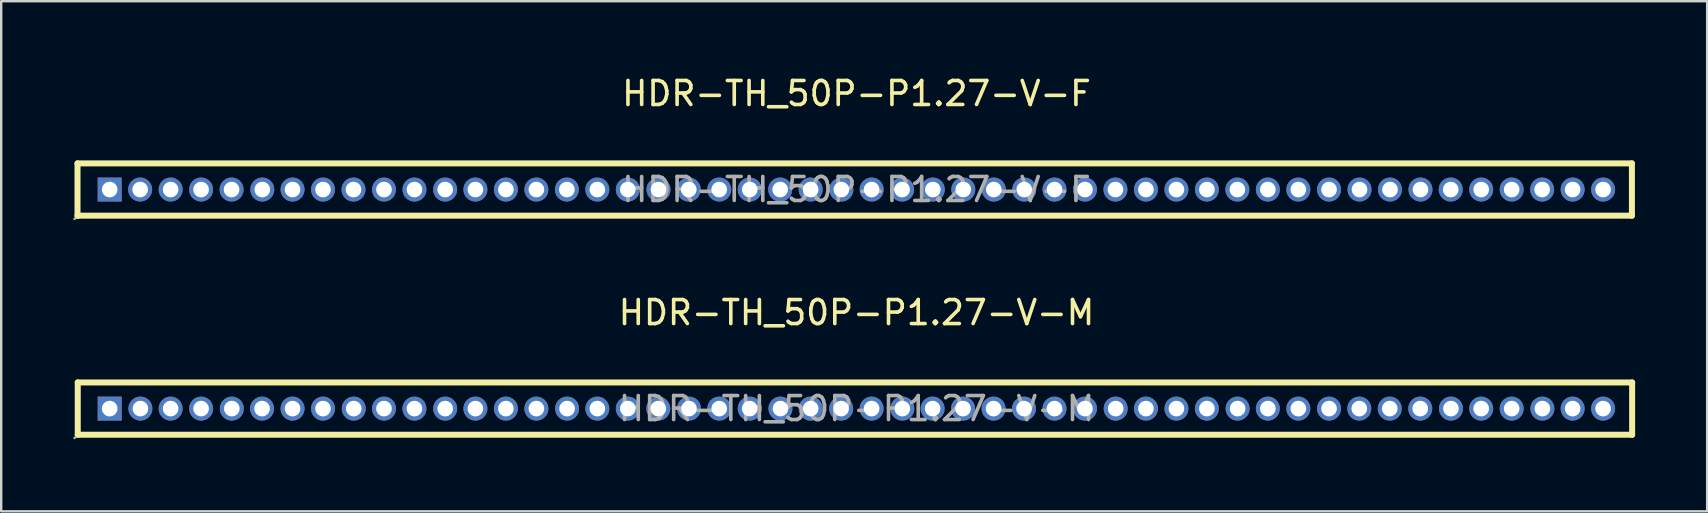
<source format=kicad_pcb>
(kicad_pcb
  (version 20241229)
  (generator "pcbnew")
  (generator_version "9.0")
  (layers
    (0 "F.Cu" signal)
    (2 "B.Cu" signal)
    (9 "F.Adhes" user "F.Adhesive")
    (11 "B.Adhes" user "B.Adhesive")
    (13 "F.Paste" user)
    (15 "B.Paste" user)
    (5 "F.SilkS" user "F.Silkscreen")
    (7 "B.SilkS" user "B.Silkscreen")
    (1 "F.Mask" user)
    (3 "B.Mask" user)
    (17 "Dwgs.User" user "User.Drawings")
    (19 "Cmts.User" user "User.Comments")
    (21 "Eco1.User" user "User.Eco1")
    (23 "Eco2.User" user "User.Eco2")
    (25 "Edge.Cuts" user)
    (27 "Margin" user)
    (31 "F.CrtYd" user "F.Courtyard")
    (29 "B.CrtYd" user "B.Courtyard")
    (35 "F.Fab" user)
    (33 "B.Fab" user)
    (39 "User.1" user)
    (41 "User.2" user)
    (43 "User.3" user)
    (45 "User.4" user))
  (footprint "HDR-TH_50P-P1.27-V-M"
    (layer "F.Cu")
    (at 32.64 13.976)
    (property "Reference" "HDR-TH_50P-P1.27-V-M" (at 0 -4 0) (layer "F.SilkS") (effects (font (size 1 1) (thickness 0.15))))
    (attr through_hole)
    (fp_line (start -32.45 -1.09) (end -32.45 1.09) (stroke (width 0.25) (type solid)) (layer "F.SilkS"))
    (fp_line (start -32.45 -1.09) (end 32.32 -1.09) (stroke (width 0.25) (type solid)) (layer "F.SilkS"))
    (fp_line (start -32.45 1.09) (end 32.32 1.09) (stroke (width 0.25) (type solid)) (layer "F.SilkS"))
    (fp_line (start 32.32 -1.09) (end 32.32 1.09) (stroke (width 0.25) (type solid)) (layer "F.SilkS"))
    (fp_circle (center -32.58 1.22) (end -32.55 1.22) (stroke (width 0.06) (type solid)) (fill no) (layer "F.Fab"))
    (fp_circle (center -31.12 0) (end -31.01 0) (stroke (width 0.22) (type solid)) (fill no) (layer "F.Fab"))
    (fp_circle (center -29.84 0) (end -29.73 0) (stroke (width 0.22) (type solid)) (fill no) (layer "F.Fab"))
    (fp_circle (center -28.58 0) (end -28.47 0) (stroke (width 0.22) (type solid)) (fill no) (layer "F.Fab"))
    (fp_circle (center -27.31 0) (end -27.2 0) (stroke (width 0.22) (type solid)) (fill no) (layer "F.Fab"))
    (fp_circle (center -26.03 0) (end -25.92 0) (stroke (width 0.22) (type solid)) (fill no) (layer "F.Fab"))
    (fp_circle (center -24.77 0) (end -24.66 0) (stroke (width 0.22) (type solid)) (fill no) (layer "F.Fab"))
    (fp_circle (center -23.5 0) (end -23.39 0) (stroke (width 0.22) (type solid)) (fill no) (layer "F.Fab"))
    (fp_circle (center -22.23 0) (end -22.12 0) (stroke (width 0.22) (type solid)) (fill no) (layer "F.Fab"))
    (fp_circle (center -20.95 0) (end -20.84 0) (stroke (width 0.22) (type solid)) (fill no) (layer "F.Fab"))
    (fp_circle (center -19.69 0) (end -19.58 0) (stroke (width 0.22) (type solid)) (fill no) (layer "F.Fab"))
    (fp_circle (center -18.42 0) (end -18.31 0) (stroke (width 0.22) (type solid)) (fill no) (layer "F.Fab"))
    (fp_circle (center -17.14 0) (end -17.03 0) (stroke (width 0.22) (type solid)) (fill no) (layer "F.Fab"))
    (fp_circle (center -15.88 0) (end -15.77 0) (stroke (width 0.22) (type solid)) (fill no) (layer "F.Fab"))
    (fp_circle (center -14.61 0) (end -14.5 0) (stroke (width 0.22) (type solid)) (fill no) (layer "F.Fab"))
    (fp_circle (center -13.34 0) (end -13.23 0) (stroke (width 0.22) (type solid)) (fill no) (layer "F.Fab"))
    (fp_circle (center -12.06 0) (end -11.95 0) (stroke (width 0.22) (type solid)) (fill no) (layer "F.Fab"))
    (fp_circle (center -10.8 0) (end -10.69 0) (stroke (width 0.22) (type solid)) (fill no) (layer "F.Fab"))
    (fp_circle (center -9.53 0) (end -9.42 0) (stroke (width 0.22) (type solid)) (fill no) (layer "F.Fab"))
    (fp_circle (center -8.26 0) (end -8.15 0) (stroke (width 0.22) (type solid)) (fill no) (layer "F.Fab"))
    (fp_circle (center -6.98 0) (end -6.87 0) (stroke (width 0.22) (type solid)) (fill no) (layer "F.Fab"))
    (fp_circle (center -5.72 0) (end -5.61 0) (stroke (width 0.22) (type solid)) (fill no) (layer "F.Fab"))
    (fp_circle (center -4.45 0) (end -4.34 0) (stroke (width 0.22) (type solid)) (fill no) (layer "F.Fab"))
    (fp_circle (center -3.17 0) (end -3.06 0) (stroke (width 0.22) (type solid)) (fill no) (layer "F.Fab"))
    (fp_circle (center -1.91 0) (end -1.8 0) (stroke (width 0.22) (type solid)) (fill no) (layer "F.Fab"))
    (fp_circle (center -0.64 0) (end -0.53 0) (stroke (width 0.22) (type solid)) (fill no) (layer "F.Fab"))
    (fp_circle (center 0.63 0) (end 0.74 0) (stroke (width 0.22) (type solid)) (fill no) (layer "F.Fab"))
    (fp_circle (center 1.91 0) (end 2.02 0) (stroke (width 0.22) (type solid)) (fill no) (layer "F.Fab"))
    (fp_circle (center 3.17 0) (end 3.28 0) (stroke (width 0.22) (type solid)) (fill no) (layer "F.Fab"))
    (fp_circle (center 4.44 0) (end 4.55 0) (stroke (width 0.22) (type solid)) (fill no) (layer "F.Fab"))
    (fp_circle (center 5.71 0) (end 5.82 0) (stroke (width 0.22) (type solid)) (fill no) (layer "F.Fab"))
    (fp_circle (center 6.98 0) (end 7.09 0) (stroke (width 0.22) (type solid)) (fill no) (layer "F.Fab"))
    (fp_circle (center 8.25 0) (end 8.36 0) (stroke (width 0.22) (type solid)) (fill no) (layer "F.Fab"))
    (fp_circle (center 9.52 0) (end 9.63 0) (stroke (width 0.22) (type solid)) (fill no) (layer "F.Fab"))
    (fp_circle (center 10.8 0) (end 10.91 0) (stroke (width 0.22) (type solid)) (fill no) (layer "F.Fab"))
    (fp_circle (center 12.06 0) (end 12.17 0) (stroke (width 0.22) (type solid)) (fill no) (layer "F.Fab"))
    (fp_circle (center 13.33 0) (end 13.44 0) (stroke (width 0.22) (type solid)) (fill no) (layer "F.Fab"))
    (fp_circle (center 14.6 0) (end 14.71 0) (stroke (width 0.22) (type solid)) (fill no) (layer "F.Fab"))
    (fp_circle (center 15.88 0) (end 15.99 0) (stroke (width 0.22) (type solid)) (fill no) (layer "F.Fab"))
    (fp_circle (center 17.14 0) (end 17.25 0) (stroke (width 0.22) (type solid)) (fill no) (layer "F.Fab"))
    (fp_circle (center 18.41 0) (end 18.52 0) (stroke (width 0.22) (type solid)) (fill no) (layer "F.Fab"))
    (fp_circle (center 19.69 0) (end 19.8 0) (stroke (width 0.22) (type solid)) (fill no) (layer "F.Fab"))
    (fp_circle (center 20.95 0) (end 21.06 0) (stroke (width 0.22) (type solid)) (fill no) (layer "F.Fab"))
    (fp_circle (center 22.22 0) (end 22.33 0) (stroke (width 0.22) (type solid)) (fill no) (layer "F.Fab"))
    (fp_circle (center 23.49 0) (end 23.6 0) (stroke (width 0.22) (type solid)) (fill no) (layer "F.Fab"))
    (fp_circle (center 24.77 0) (end 24.88 0) (stroke (width 0.22) (type solid)) (fill no) (layer "F.Fab"))
    (fp_circle (center 26.03 0) (end 26.14 0) (stroke (width 0.22) (type solid)) (fill no) (layer "F.Fab"))
    (fp_circle (center 27.3 0) (end 27.41 0) (stroke (width 0.22) (type solid)) (fill no) (layer "F.Fab"))
    (fp_circle (center 28.58 0) (end 28.69 0) (stroke (width 0.22) (type solid)) (fill no) (layer "F.Fab"))
    (fp_circle (center 29.84 0) (end 29.95 0) (stroke (width 0.22) (type solid)) (fill no) (layer "F.Fab"))
    (fp_circle (center 31.11 0) (end 31.22 0) (stroke (width 0.22) (type solid)) (fill no) (layer "F.Fab"))
    (fp_text user "${REFERENCE}" (at 0 0 0) (layer "F.Fab") (effects (font (size 1 1) (thickness 0.15))))
    (pad "1" thru_hole rect (at -31.12 0) (size 1 1) (drill 0.65) (layers "*.Cu" "*.Paste" "*.Mask"))
    (pad "2" thru_hole circle (at -29.84 0) (size 1 1) (drill 0.65) (layers "*.Cu" "*.Paste" "*.Mask"))
    (pad "3" thru_hole circle (at -28.58 0) (size 1 1) (drill 0.65) (layers "*.Cu" "*.Paste" "*.Mask"))
    (pad "4" thru_hole circle (at -27.31 0) (size 1 1) (drill 0.65) (layers "*.Cu" "*.Paste" "*.Mask"))
    (pad "5" thru_hole circle (at -26.03 0) (size 1 1) (drill 0.65) (layers "*.Cu" "*.Paste" "*.Mask"))
    (pad "6" thru_hole circle (at -24.77 0) (size 1 1) (drill 0.65) (layers "*.Cu" "*.Paste" "*.Mask"))
    (pad "7" thru_hole circle (at -23.5 0) (size 1 1) (drill 0.65) (layers "*.Cu" "*.Paste" "*.Mask"))
    (pad "8" thru_hole circle (at -22.23 0) (size 1 1) (drill 0.65) (layers "*.Cu" "*.Paste" "*.Mask"))
    (pad "9" thru_hole circle (at -20.95 0) (size 1 1) (drill 0.65) (layers "*.Cu" "*.Paste" "*.Mask"))
    (pad "10" thru_hole circle (at -19.69 0) (size 1 1) (drill 0.65) (layers "*.Cu" "*.Paste" "*.Mask"))
    (pad "11" thru_hole circle (at -18.42 0) (size 1 1) (drill 0.65) (layers "*.Cu" "*.Paste" "*.Mask"))
    (pad "12" thru_hole circle (at -17.14 0) (size 1 1) (drill 0.65) (layers "*.Cu" "*.Paste" "*.Mask"))
    (pad "13" thru_hole circle (at -15.88 0) (size 1 1) (drill 0.65) (layers "*.Cu" "*.Paste" "*.Mask"))
    (pad "14" thru_hole circle (at -14.61 0) (size 1 1) (drill 0.65) (layers "*.Cu" "*.Paste" "*.Mask"))
    (pad "15" thru_hole circle (at -13.34 0) (size 1 1) (drill 0.65) (layers "*.Cu" "*.Paste" "*.Mask"))
    (pad "16" thru_hole circle (at -12.06 0) (size 1 1) (drill 0.65) (layers "*.Cu" "*.Paste" "*.Mask"))
    (pad "17" thru_hole circle (at -10.8 0) (size 1 1) (drill 0.65) (layers "*.Cu" "*.Paste" "*.Mask"))
    (pad "18" thru_hole circle (at -9.53 0) (size 1 1) (drill 0.65) (layers "*.Cu" "*.Paste" "*.Mask"))
    (pad "19" thru_hole circle (at -8.26 0) (size 1 1) (drill 0.65) (layers "*.Cu" "*.Paste" "*.Mask"))
    (pad "20" thru_hole circle (at -6.98 0) (size 1 1) (drill 0.65) (layers "*.Cu" "*.Paste" "*.Mask"))
    (pad "21" thru_hole circle (at -5.72 0) (size 1 1) (drill 0.65) (layers "*.Cu" "*.Paste" "*.Mask"))
    (pad "22" thru_hole circle (at -4.45 0) (size 1 1) (drill 0.65) (layers "*.Cu" "*.Paste" "*.Mask"))
    (pad "23" thru_hole circle (at -3.17 0) (size 1 1) (drill 0.65) (layers "*.Cu" "*.Paste" "*.Mask"))
    (pad "24" thru_hole circle (at -1.91 0) (size 1 1) (drill 0.65) (layers "*.Cu" "*.Paste" "*.Mask"))
    (pad "25" thru_hole circle (at -0.64 0) (size 1 1) (drill 0.65) (layers "*.Cu" "*.Paste" "*.Mask"))
    (pad "26" thru_hole circle (at 0.63 0) (size 1 1) (drill 0.65) (layers "*.Cu" "*.Paste" "*.Mask"))
    (pad "27" thru_hole circle (at 1.91 0) (size 1 1) (drill 0.65) (layers "*.Cu" "*.Paste" "*.Mask"))
    (pad "28" thru_hole circle (at 3.17 0) (size 1 1) (drill 0.65) (layers "*.Cu" "*.Paste" "*.Mask"))
    (pad "29" thru_hole circle (at 4.44 0) (size 1 1) (drill 0.65) (layers "*.Cu" "*.Paste" "*.Mask"))
    (pad "30" thru_hole circle (at 5.71 0) (size 1 1) (drill 0.65) (layers "*.Cu" "*.Paste" "*.Mask"))
    (pad "31" thru_hole circle (at 6.98 0) (size 1 1) (drill 0.65) (layers "*.Cu" "*.Paste" "*.Mask"))
    (pad "32" thru_hole circle (at 8.25 0) (size 1 1) (drill 0.65) (layers "*.Cu" "*.Paste" "*.Mask"))
    (pad "33" thru_hole circle (at 9.52 0) (size 1 1) (drill 0.65) (layers "*.Cu" "*.Paste" "*.Mask"))
    (pad "34" thru_hole circle (at 10.8 0) (size 1 1) (drill 0.65) (layers "*.Cu" "*.Paste" "*.Mask"))
    (pad "35" thru_hole circle (at 12.06 0) (size 1 1) (drill 0.65) (layers "*.Cu" "*.Paste" "*.Mask"))
    (pad "36" thru_hole circle (at 13.33 0) (size 1 1) (drill 0.65) (layers "*.Cu" "*.Paste" "*.Mask"))
    (pad "37" thru_hole circle (at 14.6 0) (size 1 1) (drill 0.65) (layers "*.Cu" "*.Paste" "*.Mask"))
    (pad "38" thru_hole circle (at 15.88 0) (size 1 1) (drill 0.65) (layers "*.Cu" "*.Paste" "*.Mask"))
    (pad "39" thru_hole circle (at 17.14 0) (size 1 1) (drill 0.65) (layers "*.Cu" "*.Paste" "*.Mask"))
    (pad "40" thru_hole circle (at 18.41 0) (size 1 1) (drill 0.65) (layers "*.Cu" "*.Paste" "*.Mask"))
    (pad "41" thru_hole circle (at 19.69 0) (size 1 1) (drill 0.65) (layers "*.Cu" "*.Paste" "*.Mask"))
    (pad "42" thru_hole circle (at 20.95 0) (size 1 1) (drill 0.65) (layers "*.Cu" "*.Paste" "*.Mask"))
    (pad "43" thru_hole circle (at 22.22 0) (size 1 1) (drill 0.65) (layers "*.Cu" "*.Paste" "*.Mask"))
    (pad "44" thru_hole circle (at 23.49 0) (size 1 1) (drill 0.65) (layers "*.Cu" "*.Paste" "*.Mask"))
    (pad "45" thru_hole circle (at 24.77 0) (size 1 1) (drill 0.65) (layers "*.Cu" "*.Paste" "*.Mask"))
    (pad "46" thru_hole circle (at 26.03 0) (size 1 1) (drill 0.65) (layers "*.Cu" "*.Paste" "*.Mask"))
    (pad "47" thru_hole circle (at 27.3 0) (size 1 1) (drill 0.65) (layers "*.Cu" "*.Paste" "*.Mask"))
    (pad "48" thru_hole circle (at 28.58 0) (size 1 1) (drill 0.65) (layers "*.Cu" "*.Paste" "*.Mask"))
    (pad "49" thru_hole circle (at 29.84 0) (size 1 1) (drill 0.65) (layers "*.Cu" "*.Paste" "*.Mask"))
    (pad "50" thru_hole circle (at 31.11 0) (size 1 1) (drill 0.65) (layers "*.Cu" "*.Paste" "*.Mask")))
  (footprint "HDR-TH_50P-P1.27-V-F"
    (layer "F.Cu")
    (at 32.64 4.848)
    (property "Reference" "HDR-TH_50P-P1.27-V-F" (at 0 -4 0) (layer "F.SilkS") (effects (font (size 1 1) (thickness 0.15))))
    (attr through_hole)
    (fp_line (start -32.46 -1.09) (end -32.46 1.1) (stroke (width 0.25) (type solid)) (layer "F.SilkS"))
    (fp_line (start -32.46 -1.09) (end 32.31 -1.09) (stroke (width 0.25) (type solid)) (layer "F.SilkS"))
    (fp_line (start -32.46 1.09) (end 32.31 1.09) (stroke (width 0.25) (type solid)) (layer "F.SilkS"))
    (fp_line (start 32.31 -1.09) (end 32.31 1.09) (stroke (width 0.25) (type solid)) (layer "F.SilkS"))
    (fp_circle (center -32.58 1.22) (end -32.55 1.22) (stroke (width 0.06) (type solid)) (fill no) (layer "F.Fab"))
    (fp_circle (center -31.12 0) (end -31.01 0) (stroke (width 0.22) (type solid)) (fill no) (layer "F.Fab"))
    (fp_circle (center -29.85 0) (end -29.74 0) (stroke (width 0.22) (type solid)) (fill no) (layer "F.Fab"))
    (fp_circle (center -28.58 0) (end -28.47 0) (stroke (width 0.22) (type solid)) (fill no) (layer "F.Fab"))
    (fp_circle (center -27.31 0) (end -27.2 0) (stroke (width 0.22) (type solid)) (fill no) (layer "F.Fab"))
    (fp_circle (center -26.04 0) (end -25.93 0) (stroke (width 0.22) (type solid)) (fill no) (layer "F.Fab"))
    (fp_circle (center -24.76 0) (end -24.65 0) (stroke (width 0.22) (type solid)) (fill no) (layer "F.Fab"))
    (fp_circle (center -23.5 0) (end -23.39 0) (stroke (width 0.22) (type solid)) (fill no) (layer "F.Fab"))
    (fp_circle (center -22.23 0) (end -22.12 0) (stroke (width 0.22) (type solid)) (fill no) (layer "F.Fab"))
    (fp_circle (center -20.96 0) (end -20.85 0) (stroke (width 0.22) (type solid)) (fill no) (layer "F.Fab"))
    (fp_circle (center -19.69 0) (end -19.58 0) (stroke (width 0.22) (type solid)) (fill no) (layer "F.Fab"))
    (fp_circle (center -18.42 0) (end -18.31 0) (stroke (width 0.22) (type solid)) (fill no) (layer "F.Fab"))
    (fp_circle (center -17.14 0) (end -17.03 0) (stroke (width 0.22) (type solid)) (fill no) (layer "F.Fab"))
    (fp_circle (center -15.88 0) (end -15.77 0) (stroke (width 0.22) (type solid)) (fill no) (layer "F.Fab"))
    (fp_circle (center -14.61 0) (end -14.5 0) (stroke (width 0.22) (type solid)) (fill no) (layer "F.Fab"))
    (fp_circle (center -13.34 0) (end -13.23 0) (stroke (width 0.22) (type solid)) (fill no) (layer "F.Fab"))
    (fp_circle (center -12.07 0) (end -11.96 0) (stroke (width 0.22) (type solid)) (fill no) (layer "F.Fab"))
    (fp_circle (center -10.8 0) (end -10.69 0) (stroke (width 0.22) (type solid)) (fill no) (layer "F.Fab"))
    (fp_circle (center -9.53 0) (end -9.42 0) (stroke (width 0.22) (type solid)) (fill no) (layer "F.Fab"))
    (fp_circle (center -8.25 0) (end -8.14 0) (stroke (width 0.22) (type solid)) (fill no) (layer "F.Fab"))
    (fp_circle (center -6.99 0) (end -6.88 0) (stroke (width 0.22) (type solid)) (fill no) (layer "F.Fab"))
    (fp_circle (center -5.72 0) (end -5.61 0) (stroke (width 0.22) (type solid)) (fill no) (layer "F.Fab"))
    (fp_circle (center -4.45 0) (end -4.34 0) (stroke (width 0.22) (type solid)) (fill no) (layer "F.Fab"))
    (fp_circle (center -3.18 0) (end -3.07 0) (stroke (width 0.22) (type solid)) (fill no) (layer "F.Fab"))
    (fp_circle (center -1.91 0) (end -1.8 0) (stroke (width 0.22) (type solid)) (fill no) (layer "F.Fab"))
    (fp_circle (center -0.63 0) (end -0.52 0) (stroke (width 0.22) (type solid)) (fill no) (layer "F.Fab"))
    (fp_circle (center 0.63 0) (end 0.74 0) (stroke (width 0.22) (type solid)) (fill no) (layer "F.Fab"))
    (fp_circle (center 1.9 0) (end 2.01 0) (stroke (width 0.22) (type solid)) (fill no) (layer "F.Fab"))
    (fp_circle (center 3.18 0) (end 3.29 0) (stroke (width 0.22) (type solid)) (fill no) (layer "F.Fab"))
    (fp_circle (center 4.45 0) (end 4.56 0) (stroke (width 0.22) (type solid)) (fill no) (layer "F.Fab"))
    (fp_circle (center 5.72 0) (end 5.83 0) (stroke (width 0.22) (type solid)) (fill no) (layer "F.Fab"))
    (fp_circle (center 6.99 0) (end 7.1 0) (stroke (width 0.22) (type solid)) (fill no) (layer "F.Fab"))
    (fp_circle (center 8.25 0) (end 8.36 0) (stroke (width 0.22) (type solid)) (fill no) (layer "F.Fab"))
    (fp_circle (center 9.52 0) (end 9.63 0) (stroke (width 0.22) (type solid)) (fill no) (layer "F.Fab"))
    (fp_circle (center 10.79 0) (end 10.9 0) (stroke (width 0.22) (type solid)) (fill no) (layer "F.Fab"))
    (fp_circle (center 12.06 0) (end 12.17 0) (stroke (width 0.22) (type solid)) (fill no) (layer "F.Fab"))
    (fp_circle (center 13.33 0) (end 13.44 0) (stroke (width 0.22) (type solid)) (fill no) (layer "F.Fab"))
    (fp_circle (center 14.6 0) (end 14.71 0) (stroke (width 0.22) (type solid)) (fill no) (layer "F.Fab"))
    (fp_circle (center 15.87 0) (end 15.98 0) (stroke (width 0.22) (type solid)) (fill no) (layer "F.Fab"))
    (fp_circle (center 17.14 0) (end 17.25 0) (stroke (width 0.22) (type solid)) (fill no) (layer "F.Fab"))
    (fp_circle (center 18.41 0) (end 18.52 0) (stroke (width 0.22) (type solid)) (fill no) (layer "F.Fab"))
    (fp_circle (center 19.69 0) (end 19.8 0) (stroke (width 0.22) (type solid)) (fill no) (layer "F.Fab"))
    (fp_circle (center 20.96 0) (end 21.07 0) (stroke (width 0.22) (type solid)) (fill no) (layer "F.Fab"))
    (fp_circle (center 22.23 0) (end 22.34 0) (stroke (width 0.22) (type solid)) (fill no) (layer "F.Fab"))
    (fp_circle (center 23.5 0) (end 23.61 0) (stroke (width 0.22) (type solid)) (fill no) (layer "F.Fab"))
    (fp_circle (center 24.76 0) (end 24.87 0) (stroke (width 0.22) (type solid)) (fill no) (layer "F.Fab"))
    (fp_circle (center 26.03 0) (end 26.14 0) (stroke (width 0.22) (type solid)) (fill no) (layer "F.Fab"))
    (fp_circle (center 27.3 0) (end 27.41 0) (stroke (width 0.22) (type solid)) (fill no) (layer "F.Fab"))
    (fp_circle (center 28.57 0) (end 28.68 0) (stroke (width 0.22) (type solid)) (fill no) (layer "F.Fab"))
    (fp_circle (center 29.84 0) (end 29.95 0) (stroke (width 0.22) (type solid)) (fill no) (layer "F.Fab"))
    (fp_circle (center 31.11 0) (end 31.22 0) (stroke (width 0.22) (type solid)) (fill no) (layer "F.Fab"))
    (fp_text user "${REFERENCE}" (at 0 0 0) (layer "F.Fab") (effects (font (size 1 1) (thickness 0.15))))
    (pad "1" thru_hole rect (at -31.12 0) (size 1 1) (drill 0.65) (layers "*.Cu" "*.Paste" "*.Mask"))
    (pad "2" thru_hole circle (at -29.85 0) (size 1 1) (drill 0.65) (layers "*.Cu" "*.Paste" "*.Mask"))
    (pad "3" thru_hole circle (at -28.58 0) (size 1 1) (drill 0.65) (layers "*.Cu" "*.Paste" "*.Mask"))
    (pad "4" thru_hole circle (at -27.31 0) (size 1 1) (drill 0.65) (layers "*.Cu" "*.Paste" "*.Mask"))
    (pad "5" thru_hole circle (at -26.04 0) (size 1 1) (drill 0.65) (layers "*.Cu" "*.Paste" "*.Mask"))
    (pad "6" thru_hole circle (at -24.76 0) (size 1 1) (drill 0.65) (layers "*.Cu" "*.Paste" "*.Mask"))
    (pad "7" thru_hole circle (at -23.5 0) (size 1 1) (drill 0.65) (layers "*.Cu" "*.Paste" "*.Mask"))
    (pad "8" thru_hole circle (at -22.23 0) (size 1 1) (drill 0.65) (layers "*.Cu" "*.Paste" "*.Mask"))
    (pad "9" thru_hole circle (at -20.96 0) (size 1 1) (drill 0.65) (layers "*.Cu" "*.Paste" "*.Mask"))
    (pad "10" thru_hole circle (at -19.69 0) (size 1 1) (drill 0.65) (layers "*.Cu" "*.Paste" "*.Mask"))
    (pad "11" thru_hole circle (at -18.42 0) (size 1 1) (drill 0.65) (layers "*.Cu" "*.Paste" "*.Mask"))
    (pad "12" thru_hole circle (at -17.14 0) (size 1 1) (drill 0.65) (layers "*.Cu" "*.Paste" "*.Mask"))
    (pad "13" thru_hole circle (at -15.88 0) (size 1 1) (drill 0.65) (layers "*.Cu" "*.Paste" "*.Mask"))
    (pad "14" thru_hole circle (at -14.61 0) (size 1 1) (drill 0.65) (layers "*.Cu" "*.Paste" "*.Mask"))
    (pad "15" thru_hole circle (at -13.34 0) (size 1 1) (drill 0.65) (layers "*.Cu" "*.Paste" "*.Mask"))
    (pad "16" thru_hole circle (at -12.07 0) (size 1 1) (drill 0.65) (layers "*.Cu" "*.Paste" "*.Mask"))
    (pad "17" thru_hole circle (at -10.8 0) (size 1 1) (drill 0.65) (layers "*.Cu" "*.Paste" "*.Mask"))
    (pad "18" thru_hole circle (at -9.53 0) (size 1 1) (drill 0.65) (layers "*.Cu" "*.Paste" "*.Mask"))
    (pad "19" thru_hole circle (at -8.25 0) (size 1 1) (drill 0.65) (layers "*.Cu" "*.Paste" "*.Mask"))
    (pad "20" thru_hole circle (at -6.99 0) (size 1 1) (drill 0.65) (layers "*.Cu" "*.Paste" "*.Mask"))
    (pad "21" thru_hole circle (at -5.72 0) (size 1 1) (drill 0.65) (layers "*.Cu" "*.Paste" "*.Mask"))
    (pad "22" thru_hole circle (at -4.45 0) (size 1 1) (drill 0.65) (layers "*.Cu" "*.Paste" "*.Mask"))
    (pad "23" thru_hole circle (at -3.18 0) (size 1 1) (drill 0.65) (layers "*.Cu" "*.Paste" "*.Mask"))
    (pad "24" thru_hole circle (at -1.91 0) (size 1 1) (drill 0.65) (layers "*.Cu" "*.Paste" "*.Mask"))
    (pad "25" thru_hole circle (at -0.63 0) (size 1 1) (drill 0.65) (layers "*.Cu" "*.Paste" "*.Mask"))
    (pad "26" thru_hole circle (at 0.63 0) (size 1 1) (drill 0.65) (layers "*.Cu" "*.Paste" "*.Mask"))
    (pad "27" thru_hole circle (at 1.9 0) (size 1 1) (drill 0.65) (layers "*.Cu" "*.Paste" "*.Mask"))
    (pad "28" thru_hole circle (at 3.18 0) (size 1 1) (drill 0.65) (layers "*.Cu" "*.Paste" "*.Mask"))
    (pad "29" thru_hole circle (at 4.45 0) (size 1 1) (drill 0.65) (layers "*.Cu" "*.Paste" "*.Mask"))
    (pad "30" thru_hole circle (at 5.72 0) (size 1 1) (drill 0.65) (layers "*.Cu" "*.Paste" "*.Mask"))
    (pad "31" thru_hole circle (at 6.99 0) (size 1 1) (drill 0.65) (layers "*.Cu" "*.Paste" "*.Mask"))
    (pad "32" thru_hole circle (at 8.25 0) (size 1 1) (drill 0.65) (layers "*.Cu" "*.Paste" "*.Mask"))
    (pad "33" thru_hole circle (at 9.52 0) (size 1 1) (drill 0.65) (layers "*.Cu" "*.Paste" "*.Mask"))
    (pad "34" thru_hole circle (at 10.79 0) (size 1 1) (drill 0.65) (layers "*.Cu" "*.Paste" "*.Mask"))
    (pad "35" thru_hole circle (at 12.06 0) (size 1 1) (drill 0.65) (layers "*.Cu" "*.Paste" "*.Mask"))
    (pad "36" thru_hole circle (at 13.33 0) (size 1 1) (drill 0.65) (layers "*.Cu" "*.Paste" "*.Mask"))
    (pad "37" thru_hole circle (at 14.6 0) (size 1 1) (drill 0.65) (layers "*.Cu" "*.Paste" "*.Mask"))
    (pad "38" thru_hole circle (at 15.87 0) (size 1 1) (drill 0.65) (layers "*.Cu" "*.Paste" "*.Mask"))
    (pad "39" thru_hole circle (at 17.14 0) (size 1 1) (drill 0.65) (layers "*.Cu" "*.Paste" "*.Mask"))
    (pad "40" thru_hole circle (at 18.41 0) (size 1 1) (drill 0.65) (layers "*.Cu" "*.Paste" "*.Mask"))
    (pad "41" thru_hole circle (at 19.69 0) (size 1 1) (drill 0.65) (layers "*.Cu" "*.Paste" "*.Mask"))
    (pad "42" thru_hole circle (at 20.96 0) (size 1 1) (drill 0.65) (layers "*.Cu" "*.Paste" "*.Mask"))
    (pad "43" thru_hole circle (at 22.23 0) (size 1 1) (drill 0.65) (layers "*.Cu" "*.Paste" "*.Mask"))
    (pad "44" thru_hole circle (at 23.5 0) (size 1 1) (drill 0.65) (layers "*.Cu" "*.Paste" "*.Mask"))
    (pad "45" thru_hole circle (at 24.76 0) (size 1 1) (drill 0.65) (layers "*.Cu" "*.Paste" "*.Mask"))
    (pad "46" thru_hole circle (at 26.03 0) (size 1 1) (drill 0.65) (layers "*.Cu" "*.Paste" "*.Mask"))
    (pad "47" thru_hole circle (at 27.3 0) (size 1 1) (drill 0.65) (layers "*.Cu" "*.Paste" "*.Mask"))
    (pad "48" thru_hole circle (at 28.57 0) (size 1 1) (drill 0.65) (layers "*.Cu" "*.Paste" "*.Mask"))
    (pad "49" thru_hole circle (at 29.84 0) (size 1 1) (drill 0.65) (layers "*.Cu" "*.Paste" "*.Mask"))
    (pad "50" thru_hole circle (at 31.11 0) (size 1 1) (drill 0.65) (layers "*.Cu" "*.Paste" "*.Mask")))
  (gr_rect
    (start -3 -3)
    (end 68.085 18.256)
    (stroke (width 0.1) (type default))
    (fill no)
    (layer "Edge.Cuts")))
</source>
